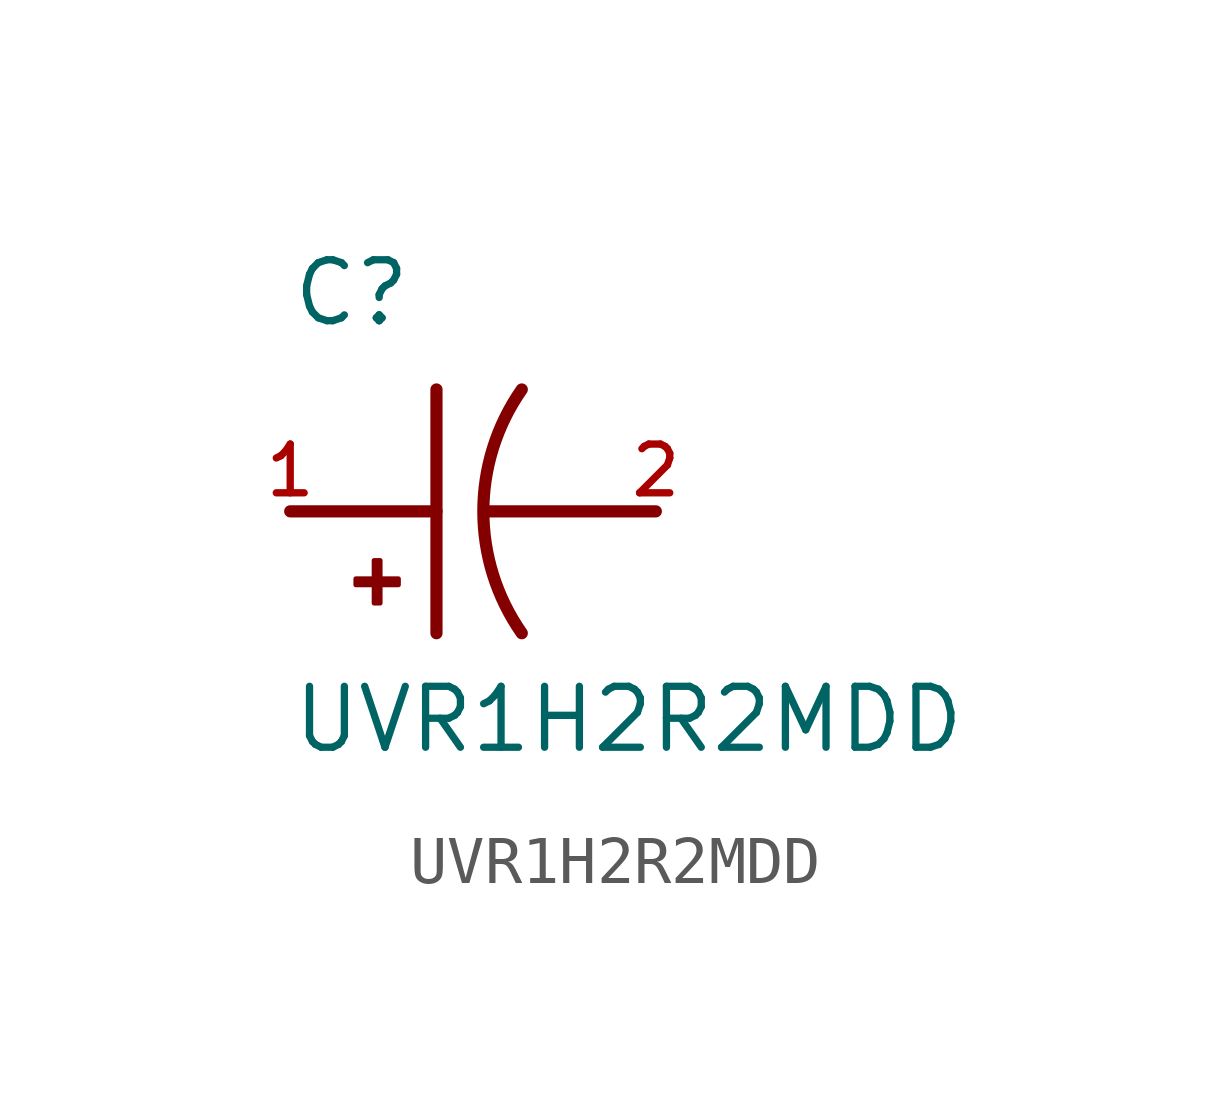
<source format=kicad_sym>
(kicad_symbol_lib
  (version 20211014)
  (generator kicad_symbol_editor)
  (symbol "UVR1H2R2MDD"
    (pin_names
      (offset 1.016))
    (property "Reference" "C"
      (at -5.08 3.81 0)
      (effects (font (size 1.27 1.27)) (justify bottom left)))
    (property "Value" "UVR1H2R2MDD"
      (at -5.08 -5.08 0)
      (effects (font (size 1.27 1.27)) (justify bottom left)))
    (symbol "UVR1H2R2MDD_0_0"
      (arc (start -0.254 -2.54) (mid -1.0549 -0.0) (end -0.254 2.54) (stroke (width 0.254) (type default) (color 0 0 0 0)) (fill (type none)))
      (polyline (pts (xy -1.016 0.0) (xy 2.54 0.0)) (stroke (width 0.254)))
      (polyline (pts (xy -5.08 0.0) (xy -2.032 0.0)) (stroke (width 0.254)))
      (polyline (pts (xy -2.032 2.54) (xy -2.032 -2.54)) (stroke (width 0.254)))
      (rectangle (start -3.713 -1.532) (end -2.824 -1.405) (stroke (width 0.1)) (fill (type outline)))
      (rectangle (start -3.332 -1.913) (end -3.205 -1.024) (stroke (width 0.1)) (fill (type outline)))
      (pin passive line (at -5.08 0.0 0) (length 0) (name "~" (effects (font (size 1.016 1.016)))) (number "1" (effects (font (size 1.016 1.016)))))
      (pin passive line (at 2.54 0.0 180.0) (length 0) (name "~" (effects (font (size 1.016 1.016)))) (number "2" (effects (font (size 1.016 1.016))))))))
</source>
